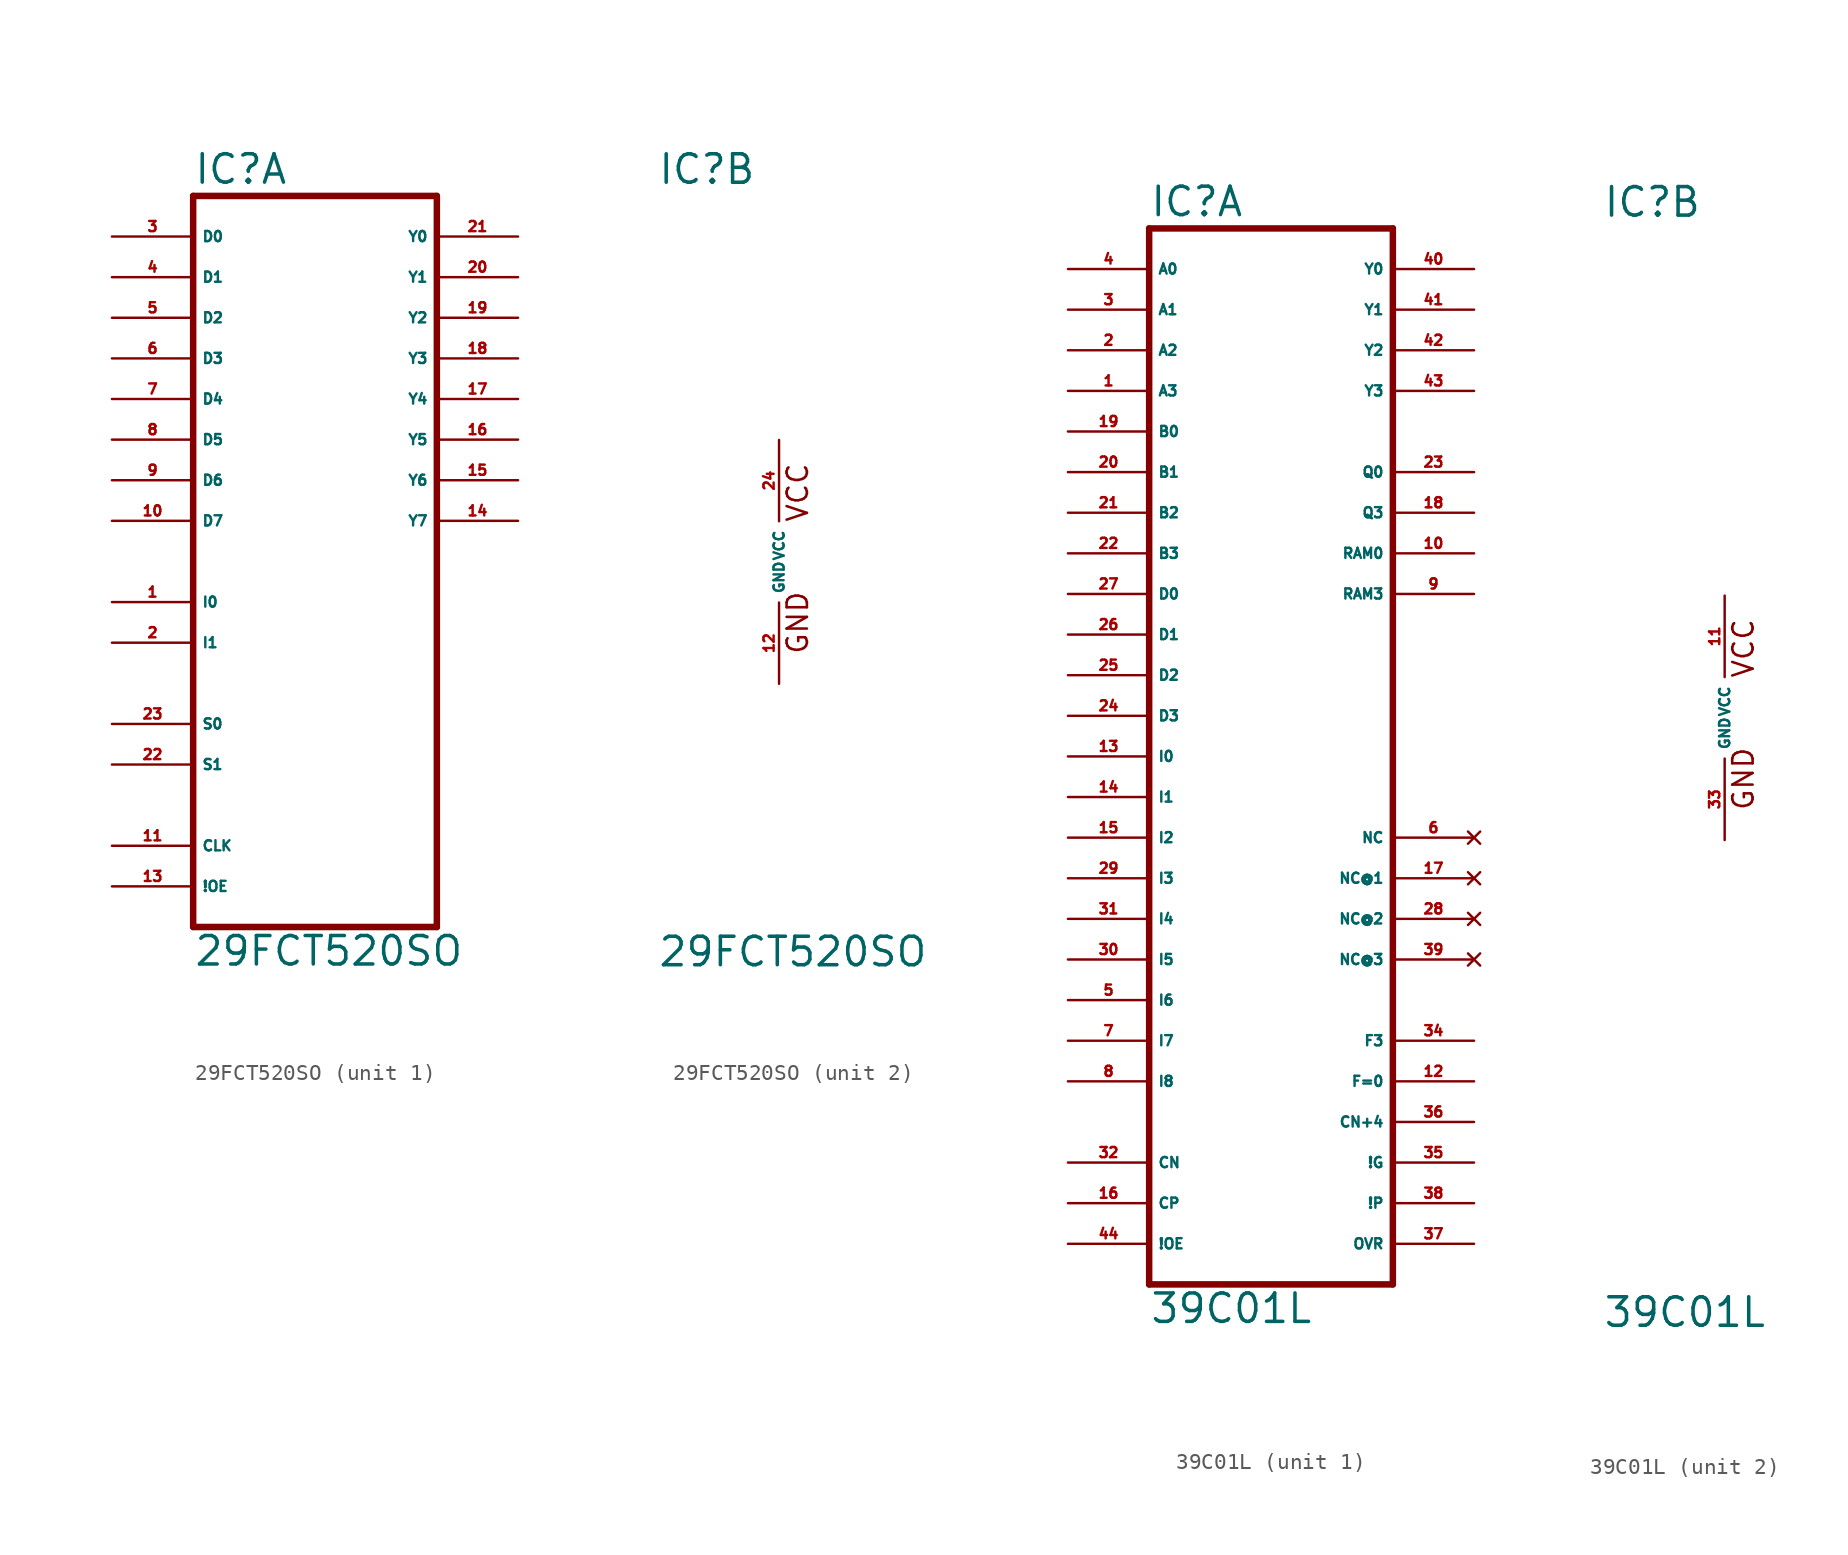
<source format=kicad_sym>
(kicad_symbol_lib
  (version 20220914)
  (generator Eagle2Kicad)
  (symbol "29FCT520SO"
    (property "Reference" "IC"
      (at -7.62 23.495 0)
      (effects (font (size 1.778 1.778) (thickness 0.22)) (justify left bottom)))
    (property "Value" "29FCT520SO"
      (at -7.62 -25.4 0)
      (effects (font (size 1.778 1.778) (thickness 0.22)) (justify left bottom)))
    (symbol "29FCT520SO_1_0"
      (polyline (pts (xy -7.62 -22.86) (xy 7.62 -22.86)) (stroke (width 0.406) (type default)) (fill (type none)))
      (polyline (pts (xy 7.62 -22.86) (xy 7.62 22.86)) (stroke (width 0.406) (type default)) (fill (type none)))
      (polyline (pts (xy 7.62 22.86) (xy -7.62 22.86)) (stroke (width 0.406) (type default)) (fill (type none)))
      (polyline (pts (xy -7.62 22.86) (xy -7.62 -22.86)) (stroke (width 0.406) (type default)) (fill (type none)))
      (pin input line (at -12.7 20.32 0) (length 5.08) (name "D0" (effects (font (size 0.635 0.635) (thickness 0.08)) (justify left bottom))) (number "3" (effects (font (size 0.635 0.635) (thickness 0.08)) (justify left bottom))))
      (pin input line (at -12.7 17.78 0) (length 5.08) (name "D1" (effects (font (size 0.635 0.635) (thickness 0.08)) (justify left bottom))) (number "4" (effects (font (size 0.635 0.635) (thickness 0.08)) (justify left bottom))))
      (pin input line (at -12.7 15.24 0) (length 5.08) (name "D2" (effects (font (size 0.635 0.635) (thickness 0.08)) (justify left bottom))) (number "5" (effects (font (size 0.635 0.635) (thickness 0.08)) (justify left bottom))))
      (pin input line (at -12.7 12.7 0) (length 5.08) (name "D3" (effects (font (size 0.635 0.635) (thickness 0.08)) (justify left bottom))) (number "6" (effects (font (size 0.635 0.635) (thickness 0.08)) (justify left bottom))))
      (pin input line (at -12.7 10.16 0) (length 5.08) (name "D4" (effects (font (size 0.635 0.635) (thickness 0.08)) (justify left bottom))) (number "7" (effects (font (size 0.635 0.635) (thickness 0.08)) (justify left bottom))))
      (pin input line (at -12.7 7.62 0) (length 5.08) (name "D5" (effects (font (size 0.635 0.635) (thickness 0.08)) (justify left bottom))) (number "8" (effects (font (size 0.635 0.635) (thickness 0.08)) (justify left bottom))))
      (pin input line (at -12.7 5.08 0) (length 5.08) (name "D6" (effects (font (size 0.635 0.635) (thickness 0.08)) (justify left bottom))) (number "9" (effects (font (size 0.635 0.635) (thickness 0.08)) (justify left bottom))))
      (pin input line (at -12.7 2.54 0) (length 5.08) (name "D7" (effects (font (size 0.635 0.635) (thickness 0.08)) (justify left bottom))) (number "10" (effects (font (size 0.635 0.635) (thickness 0.08)) (justify left bottom))))
      (pin input line (at -12.7 -2.54 0) (length 5.08) (name "I0" (effects (font (size 0.635 0.635) (thickness 0.08)) (justify left bottom))) (number "1" (effects (font (size 0.635 0.635) (thickness 0.08)) (justify left bottom))))
      (pin input line (at -12.7 -5.08 0) (length 5.08) (name "I1" (effects (font (size 0.635 0.635) (thickness 0.08)) (justify left bottom))) (number "2" (effects (font (size 0.635 0.635) (thickness 0.08)) (justify left bottom))))
      (pin input line (at -12.7 -10.16 0) (length 5.08) (name "S0" (effects (font (size 0.635 0.635) (thickness 0.08)) (justify left bottom))) (number "23" (effects (font (size 0.635 0.635) (thickness 0.08)) (justify left bottom))))
      (pin input line (at -12.7 -12.7 0) (length 5.08) (name "S1" (effects (font (size 0.635 0.635) (thickness 0.08)) (justify left bottom))) (number "22" (effects (font (size 0.635 0.635) (thickness 0.08)) (justify left bottom))))
      (pin input line (at -12.7 -17.78 0) (length 5.08) (name "CLK" (effects (font (size 0.635 0.635) (thickness 0.08)) (justify left bottom))) (number "11" (effects (font (size 0.635 0.635) (thickness 0.08)) (justify left bottom))))
      (pin input line (at -12.7 -20.32 0) (length 5.08) (name "!OE" (effects (font (size 0.635 0.635) (thickness 0.08)) (justify left bottom))) (number "13" (effects (font (size 0.635 0.635) (thickness 0.08)) (justify left bottom))))
      (pin bidirectional line (at 12.7 20.32 180) (length 5.08) (name "Y0" (effects (font (size 0.635 0.635) (thickness 0.08)) (justify left bottom))) (number "21" (effects (font (size 0.635 0.635) (thickness 0.08)) (justify left bottom))))
      (pin bidirectional line (at 12.7 17.78 180) (length 5.08) (name "Y1" (effects (font (size 0.635 0.635) (thickness 0.08)) (justify left bottom))) (number "20" (effects (font (size 0.635 0.635) (thickness 0.08)) (justify left bottom))))
      (pin bidirectional line (at 12.7 15.24 180) (length 5.08) (name "Y2" (effects (font (size 0.635 0.635) (thickness 0.08)) (justify left bottom))) (number "19" (effects (font (size 0.635 0.635) (thickness 0.08)) (justify left bottom))))
      (pin bidirectional line (at 12.7 12.7 180) (length 5.08) (name "Y3" (effects (font (size 0.635 0.635) (thickness 0.08)) (justify left bottom))) (number "18" (effects (font (size 0.635 0.635) (thickness 0.08)) (justify left bottom))))
      (pin bidirectional line (at 12.7 10.16 180) (length 5.08) (name "Y4" (effects (font (size 0.635 0.635) (thickness 0.08)) (justify left bottom))) (number "17" (effects (font (size 0.635 0.635) (thickness 0.08)) (justify left bottom))))
      (pin bidirectional line (at 12.7 7.62 180) (length 5.08) (name "Y5" (effects (font (size 0.635 0.635) (thickness 0.08)) (justify left bottom))) (number "16" (effects (font (size 0.635 0.635) (thickness 0.08)) (justify left bottom))))
      (pin bidirectional line (at 12.7 5.08 180) (length 5.08) (name "Y6" (effects (font (size 0.635 0.635) (thickness 0.08)) (justify left bottom))) (number "15" (effects (font (size 0.635 0.635) (thickness 0.08)) (justify left bottom))))
      (pin bidirectional line (at 12.7 2.54 180) (length 5.08) (name "Y7" (effects (font (size 0.635 0.635) (thickness 0.08)) (justify left bottom))) (number "14" (effects (font (size 0.635 0.635) (thickness 0.08)) (justify left bottom)))))
    (symbol "29FCT520SO_2_0"
      (text "GND" (at 1.905 -5.842 900) (effects (font (size 1.27 1.27) (thickness 0.16)) (justify left bottom)))
      (text "VCC" (at 1.905 2.413 900) (effects (font (size 1.27 1.27) (thickness 0.16)) (justify left bottom)))
      (pin unspecified line (at 0 7.62 270) (length 5.08) (name "VCC" (effects (font (size 0.635 0.635) (thickness 0.08)) (justify left bottom))) (number "24" (effects (font (size 0.635 0.635) (thickness 0.08)) (justify left bottom))))
      (pin unspecified line (at 0 -7.62 90) (length 5.08) (name "GND" (effects (font (size 0.635 0.635) (thickness 0.08)) (justify left bottom))) (number "12" (effects (font (size 0.635 0.635) (thickness 0.08)) (justify left bottom))))))
  (symbol "39C01L"
    (property "Reference" "IC"
      (at -7.62 31.115 0)
      (effects (font (size 1.778 1.778) (thickness 0.22)) (justify left bottom)))
    (property "Value" "39C01L"
      (at -7.62 -38.1 0)
      (effects (font (size 1.778 1.778) (thickness 0.22)) (justify left bottom)))
    (symbol "39C01L_1_0"
      (polyline (pts (xy -7.62 -35.56) (xy 7.62 -35.56)) (stroke (width 0.406) (type default)) (fill (type none)))
      (polyline (pts (xy 7.62 -35.56) (xy 7.62 30.48)) (stroke (width 0.406) (type default)) (fill (type none)))
      (polyline (pts (xy 7.62 30.48) (xy -7.62 30.48)) (stroke (width 0.406) (type default)) (fill (type none)))
      (polyline (pts (xy -7.62 30.48) (xy -7.62 -35.56)) (stroke (width 0.406) (type default)) (fill (type none)))
      (pin input line (at -12.7 27.94 0) (length 5.08) (name "A0" (effects (font (size 0.635 0.635) (thickness 0.08)) (justify left bottom))) (number "4" (effects (font (size 0.635 0.635) (thickness 0.08)) (justify left bottom))))
      (pin input line (at -12.7 25.4 0) (length 5.08) (name "A1" (effects (font (size 0.635 0.635) (thickness 0.08)) (justify left bottom))) (number "3" (effects (font (size 0.635 0.635) (thickness 0.08)) (justify left bottom))))
      (pin input line (at -12.7 22.86 0) (length 5.08) (name "A2" (effects (font (size 0.635 0.635) (thickness 0.08)) (justify left bottom))) (number "2" (effects (font (size 0.635 0.635) (thickness 0.08)) (justify left bottom))))
      (pin input line (at -12.7 20.32 0) (length 5.08) (name "A3" (effects (font (size 0.635 0.635) (thickness 0.08)) (justify left bottom))) (number "1" (effects (font (size 0.635 0.635) (thickness 0.08)) (justify left bottom))))
      (pin input line (at -12.7 17.78 0) (length 5.08) (name "B0" (effects (font (size 0.635 0.635) (thickness 0.08)) (justify left bottom))) (number "19" (effects (font (size 0.635 0.635) (thickness 0.08)) (justify left bottom))))
      (pin input line (at -12.7 15.24 0) (length 5.08) (name "B1" (effects (font (size 0.635 0.635) (thickness 0.08)) (justify left bottom))) (number "20" (effects (font (size 0.635 0.635) (thickness 0.08)) (justify left bottom))))
      (pin input line (at -12.7 12.7 0) (length 5.08) (name "B2" (effects (font (size 0.635 0.635) (thickness 0.08)) (justify left bottom))) (number "21" (effects (font (size 0.635 0.635) (thickness 0.08)) (justify left bottom))))
      (pin input line (at -12.7 10.16 0) (length 5.08) (name "B3" (effects (font (size 0.635 0.635) (thickness 0.08)) (justify left bottom))) (number "22" (effects (font (size 0.635 0.635) (thickness 0.08)) (justify left bottom))))
      (pin input line (at -12.7 7.62 0) (length 5.08) (name "D0" (effects (font (size 0.635 0.635) (thickness 0.08)) (justify left bottom))) (number "27" (effects (font (size 0.635 0.635) (thickness 0.08)) (justify left bottom))))
      (pin input line (at -12.7 5.08 0) (length 5.08) (name "D1" (effects (font (size 0.635 0.635) (thickness 0.08)) (justify left bottom))) (number "26" (effects (font (size 0.635 0.635) (thickness 0.08)) (justify left bottom))))
      (pin input line (at -12.7 2.54 0) (length 5.08) (name "D2" (effects (font (size 0.635 0.635) (thickness 0.08)) (justify left bottom))) (number "25" (effects (font (size 0.635 0.635) (thickness 0.08)) (justify left bottom))))
      (pin input line (at -12.7 0 0) (length 5.08) (name "D3" (effects (font (size 0.635 0.635) (thickness 0.08)) (justify left bottom))) (number "24" (effects (font (size 0.635 0.635) (thickness 0.08)) (justify left bottom))))
      (pin input line (at -12.7 -2.54 0) (length 5.08) (name "I0" (effects (font (size 0.635 0.635) (thickness 0.08)) (justify left bottom))) (number "13" (effects (font (size 0.635 0.635) (thickness 0.08)) (justify left bottom))))
      (pin input line (at -12.7 -5.08 0) (length 5.08) (name "I1" (effects (font (size 0.635 0.635) (thickness 0.08)) (justify left bottom))) (number "14" (effects (font (size 0.635 0.635) (thickness 0.08)) (justify left bottom))))
      (pin input line (at -12.7 -7.62 0) (length 5.08) (name "I2" (effects (font (size 0.635 0.635) (thickness 0.08)) (justify left bottom))) (number "15" (effects (font (size 0.635 0.635) (thickness 0.08)) (justify left bottom))))
      (pin input line (at -12.7 -10.16 0) (length 5.08) (name "I3" (effects (font (size 0.635 0.635) (thickness 0.08)) (justify left bottom))) (number "29" (effects (font (size 0.635 0.635) (thickness 0.08)) (justify left bottom))))
      (pin input line (at -12.7 -12.7 0) (length 5.08) (name "I4" (effects (font (size 0.635 0.635) (thickness 0.08)) (justify left bottom))) (number "31" (effects (font (size 0.635 0.635) (thickness 0.08)) (justify left bottom))))
      (pin input line (at -12.7 -15.24 0) (length 5.08) (name "I5" (effects (font (size 0.635 0.635) (thickness 0.08)) (justify left bottom))) (number "30" (effects (font (size 0.635 0.635) (thickness 0.08)) (justify left bottom))))
      (pin input line (at -12.7 -17.78 0) (length 5.08) (name "I6" (effects (font (size 0.635 0.635) (thickness 0.08)) (justify left bottom))) (number "5" (effects (font (size 0.635 0.635) (thickness 0.08)) (justify left bottom))))
      (pin input line (at -12.7 -20.32 0) (length 5.08) (name "I7" (effects (font (size 0.635 0.635) (thickness 0.08)) (justify left bottom))) (number "7" (effects (font (size 0.635 0.635) (thickness 0.08)) (justify left bottom))))
      (pin input line (at -12.7 -22.86 0) (length 5.08) (name "I8" (effects (font (size 0.635 0.635) (thickness 0.08)) (justify left bottom))) (number "8" (effects (font (size 0.635 0.635) (thickness 0.08)) (justify left bottom))))
      (pin output line (at 12.7 27.94 180) (length 5.08) (name "Y0" (effects (font (size 0.635 0.635) (thickness 0.08)) (justify left bottom))) (number "40" (effects (font (size 0.635 0.635) (thickness 0.08)) (justify left bottom))))
      (pin output line (at 12.7 25.4 180) (length 5.08) (name "Y1" (effects (font (size 0.635 0.635) (thickness 0.08)) (justify left bottom))) (number "41" (effects (font (size 0.635 0.635) (thickness 0.08)) (justify left bottom))))
      (pin output line (at 12.7 22.86 180) (length 5.08) (name "Y2" (effects (font (size 0.635 0.635) (thickness 0.08)) (justify left bottom))) (number "42" (effects (font (size 0.635 0.635) (thickness 0.08)) (justify left bottom))))
      (pin output line (at 12.7 20.32 180) (length 5.08) (name "Y3" (effects (font (size 0.635 0.635) (thickness 0.08)) (justify left bottom))) (number "43" (effects (font (size 0.635 0.635) (thickness 0.08)) (justify left bottom))))
      (pin input line (at -12.7 -27.94 0) (length 5.08) (name "CN" (effects (font (size 0.635 0.635) (thickness 0.08)) (justify left bottom))) (number "32" (effects (font (size 0.635 0.635) (thickness 0.08)) (justify left bottom))))
      (pin input line (at -12.7 -30.48 0) (length 5.08) (name "CP" (effects (font (size 0.635 0.635) (thickness 0.08)) (justify left bottom))) (number "16" (effects (font (size 0.635 0.635) (thickness 0.08)) (justify left bottom))))
      (pin input line (at -12.7 -33.02 0) (length 5.08) (name "!OE" (effects (font (size 0.635 0.635) (thickness 0.08)) (justify left bottom))) (number "44" (effects (font (size 0.635 0.635) (thickness 0.08)) (justify left bottom))))
      (pin bidirectional line (at 12.7 15.24 180) (length 5.08) (name "Q0" (effects (font (size 0.635 0.635) (thickness 0.08)) (justify left bottom))) (number "23" (effects (font (size 0.635 0.635) (thickness 0.08)) (justify left bottom))))
      (pin bidirectional line (at 12.7 12.7 180) (length 5.08) (name "Q3" (effects (font (size 0.635 0.635) (thickness 0.08)) (justify left bottom))) (number "18" (effects (font (size 0.635 0.635) (thickness 0.08)) (justify left bottom))))
      (pin bidirectional line (at 12.7 10.16 180) (length 5.08) (name "RAM0" (effects (font (size 0.635 0.635) (thickness 0.08)) (justify left bottom))) (number "10" (effects (font (size 0.635 0.635) (thickness 0.08)) (justify left bottom))))
      (pin bidirectional line (at 12.7 7.62 180) (length 5.08) (name "RAM3" (effects (font (size 0.635 0.635) (thickness 0.08)) (justify left bottom))) (number "9" (effects (font (size 0.635 0.635) (thickness 0.08)) (justify left bottom))))
      (pin output line (at 12.7 -33.02 180) (length 5.08) (name "OVR" (effects (font (size 0.635 0.635) (thickness 0.08)) (justify left bottom))) (number "37" (effects (font (size 0.635 0.635) (thickness 0.08)) (justify left bottom))))
      (pin output line (at 12.7 -30.48 180) (length 5.08) (name "!P" (effects (font (size 0.635 0.635) (thickness 0.08)) (justify left bottom))) (number "38" (effects (font (size 0.635 0.635) (thickness 0.08)) (justify left bottom))))
      (pin output line (at 12.7 -27.94 180) (length 5.08) (name "!G" (effects (font (size 0.635 0.635) (thickness 0.08)) (justify left bottom))) (number "35" (effects (font (size 0.635 0.635) (thickness 0.08)) (justify left bottom))))
      (pin output line (at 12.7 -25.4 180) (length 5.08) (name "CN+4" (effects (font (size 0.635 0.635) (thickness 0.08)) (justify left bottom))) (number "36" (effects (font (size 0.635 0.635) (thickness 0.08)) (justify left bottom))))
      (pin output line (at 12.7 -22.86 180) (length 5.08) (name "F=0" (effects (font (size 0.635 0.635) (thickness 0.08)) (justify left bottom))) (number "12" (effects (font (size 0.635 0.635) (thickness 0.08)) (justify left bottom))))
      (pin output line (at 12.7 -20.32 180) (length 5.08) (name "F3" (effects (font (size 0.635 0.635) (thickness 0.08)) (justify left bottom))) (number "34" (effects (font (size 0.635 0.635) (thickness 0.08)) (justify left bottom))))
      (pin no_connect line (at 12.7 -7.62 180) (length 5.08) (name "NC" (effects (font (size 0.635 0.635) (thickness 0.08)) (justify left bottom) hide)) (number "6" (effects (font (size 0.635 0.635) (thickness 0.08)) (justify left bottom) hide)))
      (pin no_connect line (at 12.7 -10.16 180) (length 5.08) (name "NC@1" (effects (font (size 0.635 0.635) (thickness 0.08)) (justify left bottom) hide)) (number "17" (effects (font (size 0.635 0.635) (thickness 0.08)) (justify left bottom) hide)))
      (pin no_connect line (at 12.7 -12.7 180) (length 5.08) (name "NC@2" (effects (font (size 0.635 0.635) (thickness 0.08)) (justify left bottom) hide)) (number "28" (effects (font (size 0.635 0.635) (thickness 0.08)) (justify left bottom) hide)))
      (pin no_connect line (at 12.7 -15.24 180) (length 5.08) (name "NC@3" (effects (font (size 0.635 0.635) (thickness 0.08)) (justify left bottom) hide)) (number "39" (effects (font (size 0.635 0.635) (thickness 0.08)) (justify left bottom) hide))))
    (symbol "39C01L_2_0"
      (text "GND" (at 1.905 -5.842 900) (effects (font (size 1.27 1.27) (thickness 0.16)) (justify left bottom)))
      (text "VCC" (at 1.905 2.413 900) (effects (font (size 1.27 1.27) (thickness 0.16)) (justify left bottom)))
      (pin unspecified line (at 0 7.62 270) (length 5.08) (name "VCC" (effects (font (size 0.635 0.635) (thickness 0.08)) (justify left bottom))) (number "11" (effects (font (size 0.635 0.635) (thickness 0.08)) (justify left bottom))))
      (pin unspecified line (at 0 -7.62 90) (length 5.08) (name "GND" (effects (font (size 0.635 0.635) (thickness 0.08)) (justify left bottom))) (number "33" (effects (font (size 0.635 0.635) (thickness 0.08)) (justify left bottom)))))))
</source>
